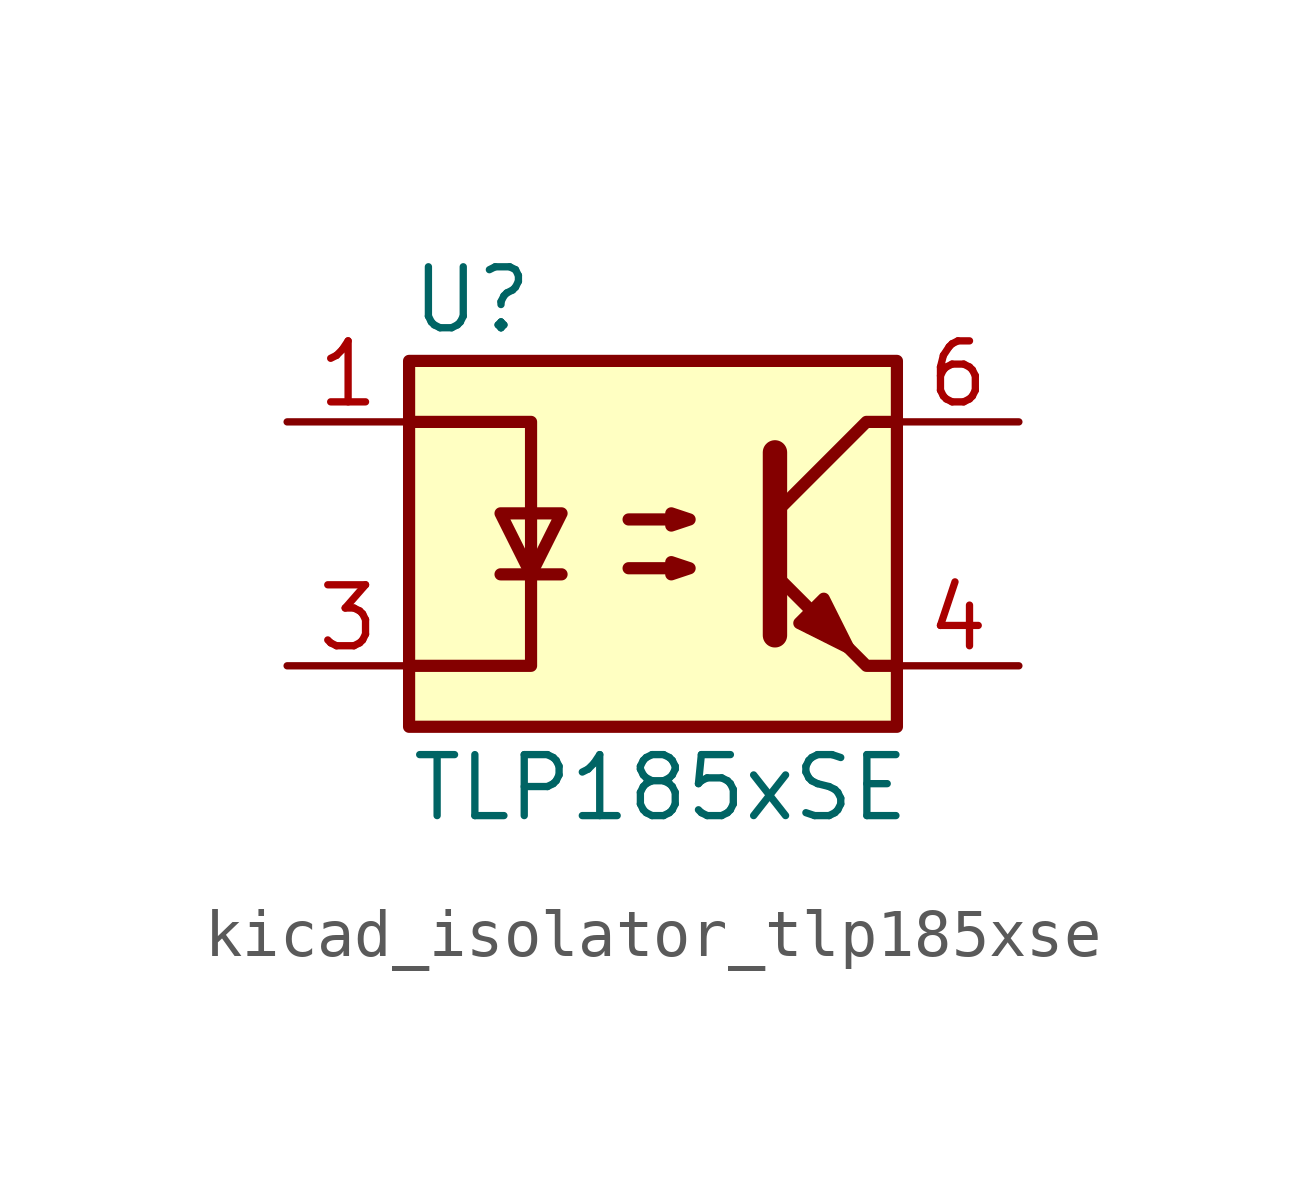
<source format=kicad_sym>
(kicad_symbol_lib
  (version 20220914)
  (generator kicad_symbol_editor)
  (symbol "kicad_isolator_tlp185xse"
    (property "Reference" "U"
      (at -5.08 5.08 0)
      (effects (font (size 1.27 1.27)) (justify left)))
    (property "Value" "TLP185xSE"
      (at -5.08 -5.08 0)
      (effects (font (size 1.27 1.27)) (justify left)))
    (symbol "kicad_isolator_tlp185xse_0_1"
      (rectangle (start -5.08 3.81) (end 5.08 -3.81) (stroke (width 0.254) (type default)) (fill (type background)))
      (polyline (pts (xy -3.175 -0.635) (xy -1.905 -0.635)) (stroke (width 0.254) (type default)) (fill (type none)))
      (polyline (pts (xy 2.54 1.905) (xy 2.54 -1.905) (xy 2.54 -1.905)) (stroke (width 0.508) (type default)) (fill (type none)))
      (polyline (pts (xy 5.08 -2.54) (xy 4.445 -2.54) (xy 2.54 -0.635)) (stroke (width 0.254) (type default)) (fill (type none)))
      (polyline (pts (xy 5.08 2.54) (xy 4.445 2.54) (xy 2.54 0.635)) (stroke (width 0.254) (type default)) (fill (type none)))
      (polyline (pts (xy -5.08 -2.54) (xy -2.54 -2.54) (xy -2.54 2.54) (xy -5.08 2.54)) (stroke (width 0.254) (type default)) (fill (type none)))
      (polyline (pts (xy -2.54 -0.635) (xy -3.175 0.635) (xy -1.905 0.635) (xy -2.54 -0.635)) (stroke (width 0.254) (type default)) (fill (type none)))
      (polyline (pts (xy -0.508 -0.508) (xy 0.762 -0.508) (xy 0.381 -0.635) (xy 0.381 -0.381) (xy 0.762 -0.508)) (stroke (width 0.254) (type default)) (fill (type none)))
      (polyline (pts (xy -0.508 0.508) (xy 0.762 0.508) (xy 0.381 0.381) (xy 0.381 0.635) (xy 0.762 0.508)) (stroke (width 0.254) (type default)) (fill (type none)))
      (polyline (pts (xy 3.048 -1.651) (xy 3.556 -1.143) (xy 4.064 -2.159) (xy 3.048 -1.651) (xy 3.048 -1.651)) (stroke (width 0.254) (type default)) (fill (type outline))))
    (symbol "kicad_isolator_tlp185xse_1_1"
      (pin passive line (at -7.62 2.54 0) (length 2.54) (name "~" (effects (font (size 1.27 1.27)))) (number "1" (effects (font (size 1.27 1.27)))))
      (pin passive line (at -7.62 -2.54 0) (length 2.54) (name "~" (effects (font (size 1.27 1.27)))) (number "3" (effects (font (size 1.27 1.27)))))
      (pin passive line (at 7.62 -2.54 180) (length 2.54) (name "~" (effects (font (size 1.27 1.27)))) (number "4" (effects (font (size 1.27 1.27)))))
      (pin passive line (at 7.62 2.54 180) (length 2.54) (name "~" (effects (font (size 1.27 1.27)))) (number "6" (effects (font (size 1.27 1.27))))))))
</source>
